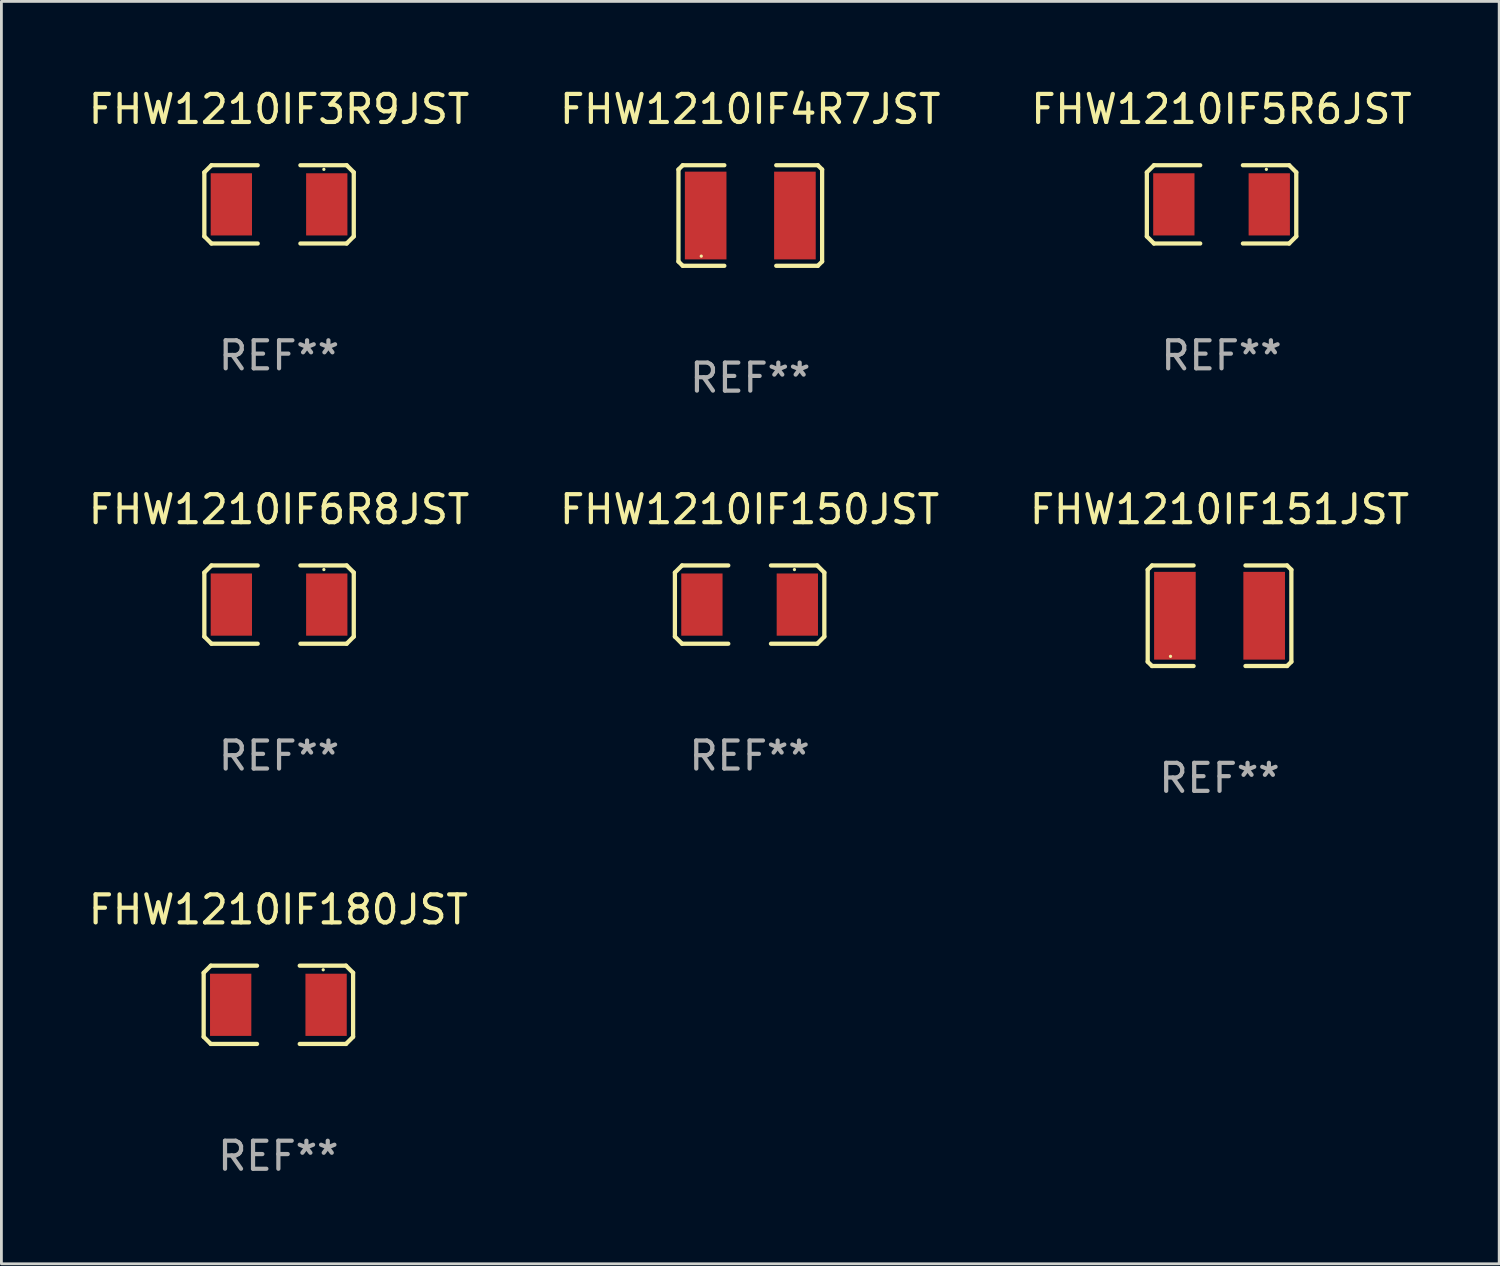
<source format=kicad_pcb>
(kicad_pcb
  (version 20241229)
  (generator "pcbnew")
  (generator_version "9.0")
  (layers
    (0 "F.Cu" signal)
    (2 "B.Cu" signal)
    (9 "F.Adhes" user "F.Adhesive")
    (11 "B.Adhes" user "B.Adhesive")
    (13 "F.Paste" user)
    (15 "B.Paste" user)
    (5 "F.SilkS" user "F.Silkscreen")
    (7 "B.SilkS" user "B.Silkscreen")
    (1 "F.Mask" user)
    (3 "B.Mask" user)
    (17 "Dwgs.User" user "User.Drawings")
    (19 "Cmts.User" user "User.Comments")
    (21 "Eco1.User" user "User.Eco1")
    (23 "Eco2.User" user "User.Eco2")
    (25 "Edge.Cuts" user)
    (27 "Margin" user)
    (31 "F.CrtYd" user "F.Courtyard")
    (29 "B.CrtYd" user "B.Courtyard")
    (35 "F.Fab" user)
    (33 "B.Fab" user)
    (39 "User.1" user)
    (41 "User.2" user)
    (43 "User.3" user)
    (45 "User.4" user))
  (footprint "FHW1210IF150JST"
    (layer "F.Cu")
    (at 23.708 18.531)
    (property "Reference" "FHW1210IF150JST" (at 0 -3.397 0) (layer "F.SilkS") (effects (font (size 1 1) (thickness 0.15))))
    (attr through_hole)
    (fp_line (start -2.667 -1.143) (end -2.413 -1.397) (stroke (width 0.152) (type solid)) (layer "F.SilkS"))
    (fp_line (start -2.667 1.143) (end -2.667 -1.143) (stroke (width 0.152) (type solid)) (layer "F.SilkS"))
    (fp_line (start -2.413 -1.397) (end -0.762 -1.397) (stroke (width 0.152) (type solid)) (layer "F.SilkS"))
    (fp_line (start -2.413 1.397) (end -2.667 1.143) (stroke (width 0.152) (type solid)) (layer "F.SilkS"))
    (fp_line (start -0.762 1.397) (end -2.413 1.397) (stroke (width 0.152) (type solid)) (layer "F.SilkS"))
    (fp_line (start 0.762 -1.397) (end 2.413 -1.397) (stroke (width 0.152) (type solid)) (layer "F.SilkS"))
    (fp_line (start 2.413 -1.397) (end 2.667 -1.143) (stroke (width 0.152) (type solid)) (layer "F.SilkS"))
    (fp_line (start 2.413 1.397) (end 0.762 1.397) (stroke (width 0.152) (type solid)) (layer "F.SilkS"))
    (fp_line (start 2.667 -1.143) (end 2.667 1.143) (stroke (width 0.152) (type solid)) (layer "F.SilkS"))
    (fp_line (start 2.667 1.143) (end 2.413 1.397) (stroke (width 0.152) (type solid)) (layer "F.SilkS"))
    (fp_circle (center 1.6 -1.25) (end 1.63 -1.25) (stroke (width 0.06) (type solid)) (fill no) (layer "F.SilkS"))
    (fp_text user "REF**" (at 0 5.397 0) (layer "F.Fab") (effects (font (size 1 1) (thickness 0.15))))
    (pad "1" smd rect (at 1.703 0) (size 1.474 2.22) (layers "F.Cu" "F.Mask" "F.Paste"))
    (pad "2" smd rect (at -1.703 0) (size 1.474 2.22) (layers "F.Cu" "F.Mask" "F.Paste")))
  (footprint "FHW1210IF5R6JST"
    (layer "F.Cu")
    (at 40.554 4.245)
    (property "Reference" "FHW1210IF5R6JST" (at 0 -3.397 0) (layer "F.SilkS") (effects (font (size 1 1) (thickness 0.15))))
    (attr through_hole)
    (fp_line (start -2.667 -1.143) (end -2.413 -1.397) (stroke (width 0.152) (type solid)) (layer "F.SilkS"))
    (fp_line (start -2.667 1.143) (end -2.667 -1.143) (stroke (width 0.152) (type solid)) (layer "F.SilkS"))
    (fp_line (start -2.413 -1.397) (end -0.762 -1.397) (stroke (width 0.152) (type solid)) (layer "F.SilkS"))
    (fp_line (start -2.413 1.397) (end -2.667 1.143) (stroke (width 0.152) (type solid)) (layer "F.SilkS"))
    (fp_line (start -0.762 1.397) (end -2.413 1.397) (stroke (width 0.152) (type solid)) (layer "F.SilkS"))
    (fp_line (start 0.762 -1.397) (end 2.413 -1.397) (stroke (width 0.152) (type solid)) (layer "F.SilkS"))
    (fp_line (start 2.413 -1.397) (end 2.667 -1.143) (stroke (width 0.152) (type solid)) (layer "F.SilkS"))
    (fp_line (start 2.413 1.397) (end 0.762 1.397) (stroke (width 0.152) (type solid)) (layer "F.SilkS"))
    (fp_line (start 2.667 -1.143) (end 2.667 1.143) (stroke (width 0.152) (type solid)) (layer "F.SilkS"))
    (fp_line (start 2.667 1.143) (end 2.413 1.397) (stroke (width 0.152) (type solid)) (layer "F.SilkS"))
    (fp_circle (center 1.6 -1.25) (end 1.63 -1.25) (stroke (width 0.06) (type solid)) (fill no) (layer "F.SilkS"))
    (fp_text user "REF**" (at 0 5.397 0) (layer "F.Fab") (effects (font (size 1 1) (thickness 0.15))))
    (pad "1" smd rect (at 1.703 0) (size 1.474 2.22) (layers "F.Cu" "F.Mask" "F.Paste"))
    (pad "2" smd rect (at -1.703 0) (size 1.474 2.22) (layers "F.Cu" "F.Mask" "F.Paste")))
  (footprint "FHW1210IF4R7JST"
    (layer "F.Cu")
    (at 23.732 4.643)
    (property "Reference" "FHW1210IF4R7JST" (at 0 -3.795 0) (layer "F.SilkS") (effects (font (size 1 1) (thickness 0.15))))
    (attr through_hole)
    (fp_line (start -2.564 -1.642) (end -2.564 1.642) (stroke (width 0.152) (type solid)) (layer "F.SilkS"))
    (fp_line (start -2.564 1.642) (end -2.411 1.795) (stroke (width 0.152) (type solid)) (layer "F.SilkS"))
    (fp_line (start -2.411 -1.795) (end -2.564 -1.642) (stroke (width 0.152) (type solid)) (layer "F.SilkS"))
    (fp_line (start -2.411 1.795) (end -0.926 1.795) (stroke (width 0.152) (type solid)) (layer "F.SilkS"))
    (fp_line (start -0.926 -1.795) (end -2.411 -1.795) (stroke (width 0.152) (type solid)) (layer "F.SilkS"))
    (fp_line (start 0.926 -1.795) (end 2.411 -1.795) (stroke (width 0.152) (type solid)) (layer "F.SilkS"))
    (fp_line (start 2.411 -1.795) (end 2.564 -1.642) (stroke (width 0.152) (type solid)) (layer "F.SilkS"))
    (fp_line (start 2.411 1.795) (end 0.926 1.795) (stroke (width 0.152) (type solid)) (layer "F.SilkS"))
    (fp_line (start 2.564 -1.642) (end 2.564 1.642) (stroke (width 0.152) (type solid)) (layer "F.SilkS"))
    (fp_line (start 2.564 1.642) (end 2.411 1.795) (stroke (width 0.152) (type solid)) (layer "F.SilkS"))
    (fp_circle (center -1.75 1.45) (end -1.72 1.45) (stroke (width 0.06) (type solid)) (fill no) (layer "F.SilkS"))
    (fp_text user "REF**" (at 0 5.795 0) (layer "F.Fab") (effects (font (size 1 1) (thickness 0.15))))
    (pad "1" smd rect (at -1.593 0.000076) (size 1.485 3.132) (layers "F.Cu" "F.Mask" "F.Paste"))
    (pad "2" smd rect (at 1.593 0.000076) (size 1.485 3.132) (layers "F.Cu" "F.Mask" "F.Paste")))
  (footprint "FHW1210IF180JST"
    (layer "F.Cu")
    (at 6.887 32.817)
    (property "Reference" "FHW1210IF180JST" (at 0 -3.397 0) (layer "F.SilkS") (effects (font (size 1 1) (thickness 0.15))))
    (attr through_hole)
    (fp_line (start -2.667 -1.143) (end -2.413 -1.397) (stroke (width 0.152) (type solid)) (layer "F.SilkS"))
    (fp_line (start -2.667 1.143) (end -2.667 -1.143) (stroke (width 0.152) (type solid)) (layer "F.SilkS"))
    (fp_line (start -2.413 -1.397) (end -0.762 -1.397) (stroke (width 0.152) (type solid)) (layer "F.SilkS"))
    (fp_line (start -2.413 1.397) (end -2.667 1.143) (stroke (width 0.152) (type solid)) (layer "F.SilkS"))
    (fp_line (start -0.762 1.397) (end -2.413 1.397) (stroke (width 0.152) (type solid)) (layer "F.SilkS"))
    (fp_line (start 0.762 -1.397) (end 2.413 -1.397) (stroke (width 0.152) (type solid)) (layer "F.SilkS"))
    (fp_line (start 2.413 -1.397) (end 2.667 -1.143) (stroke (width 0.152) (type solid)) (layer "F.SilkS"))
    (fp_line (start 2.413 1.397) (end 0.762 1.397) (stroke (width 0.152) (type solid)) (layer "F.SilkS"))
    (fp_line (start 2.667 -1.143) (end 2.667 1.143) (stroke (width 0.152) (type solid)) (layer "F.SilkS"))
    (fp_line (start 2.667 1.143) (end 2.413 1.397) (stroke (width 0.152) (type solid)) (layer "F.SilkS"))
    (fp_circle (center 1.6 -1.25) (end 1.63 -1.25) (stroke (width 0.06) (type solid)) (fill no) (layer "F.SilkS"))
    (fp_text user "REF**" (at 0 5.397 0) (layer "F.Fab") (effects (font (size 1 1) (thickness 0.15))))
    (pad "1" smd rect (at 1.703 0) (size 1.474 2.22) (layers "F.Cu" "F.Mask" "F.Paste"))
    (pad "2" smd rect (at -1.703 0) (size 1.474 2.22) (layers "F.Cu" "F.Mask" "F.Paste")))
  (footprint "FHW1210IF151JST"
    (layer "F.Cu")
    (at 40.482 18.929)
    (property "Reference" "FHW1210IF151JST" (at 0 -3.795 0) (layer "F.SilkS") (effects (font (size 1 1) (thickness 0.15))))
    (attr through_hole)
    (fp_line (start -2.564 -1.642) (end -2.564 1.642) (stroke (width 0.152) (type solid)) (layer "F.SilkS"))
    (fp_line (start -2.564 1.642) (end -2.411 1.795) (stroke (width 0.152) (type solid)) (layer "F.SilkS"))
    (fp_line (start -2.411 -1.795) (end -2.564 -1.642) (stroke (width 0.152) (type solid)) (layer "F.SilkS"))
    (fp_line (start -2.411 1.795) (end -0.926 1.795) (stroke (width 0.152) (type solid)) (layer "F.SilkS"))
    (fp_line (start -0.926 -1.795) (end -2.411 -1.795) (stroke (width 0.152) (type solid)) (layer "F.SilkS"))
    (fp_line (start 0.926 -1.795) (end 2.411 -1.795) (stroke (width 0.152) (type solid)) (layer "F.SilkS"))
    (fp_line (start 2.411 -1.795) (end 2.564 -1.642) (stroke (width 0.152) (type solid)) (layer "F.SilkS"))
    (fp_line (start 2.411 1.795) (end 0.926 1.795) (stroke (width 0.152) (type solid)) (layer "F.SilkS"))
    (fp_line (start 2.564 -1.642) (end 2.564 1.642) (stroke (width 0.152) (type solid)) (layer "F.SilkS"))
    (fp_line (start 2.564 1.642) (end 2.411 1.795) (stroke (width 0.152) (type solid)) (layer "F.SilkS"))
    (fp_circle (center -1.75 1.45) (end -1.72 1.45) (stroke (width 0.06) (type solid)) (fill no) (layer "F.SilkS"))
    (fp_text user "REF**" (at 0 5.795 0) (layer "F.Fab") (effects (font (size 1 1) (thickness 0.15))))
    (pad "1" smd rect (at -1.593 0.000076) (size 1.485 3.132) (layers "F.Cu" "F.Mask" "F.Paste"))
    (pad "2" smd rect (at 1.593 0.000076) (size 1.485 3.132) (layers "F.Cu" "F.Mask" "F.Paste")))
  (footprint "FHW1210IF3R9JST"
    (layer "F.Cu")
    (at 6.911 4.245)
    (property "Reference" "FHW1210IF3R9JST" (at 0 -3.397 0) (layer "F.SilkS") (effects (font (size 1 1) (thickness 0.15))))
    (attr through_hole)
    (fp_line (start -2.667 -1.143) (end -2.413 -1.397) (stroke (width 0.152) (type solid)) (layer "F.SilkS"))
    (fp_line (start -2.667 1.143) (end -2.667 -1.143) (stroke (width 0.152) (type solid)) (layer "F.SilkS"))
    (fp_line (start -2.413 -1.397) (end -0.762 -1.397) (stroke (width 0.152) (type solid)) (layer "F.SilkS"))
    (fp_line (start -2.413 1.397) (end -2.667 1.143) (stroke (width 0.152) (type solid)) (layer "F.SilkS"))
    (fp_line (start -0.762 1.397) (end -2.413 1.397) (stroke (width 0.152) (type solid)) (layer "F.SilkS"))
    (fp_line (start 0.762 -1.397) (end 2.413 -1.397) (stroke (width 0.152) (type solid)) (layer "F.SilkS"))
    (fp_line (start 2.413 -1.397) (end 2.667 -1.143) (stroke (width 0.152) (type solid)) (layer "F.SilkS"))
    (fp_line (start 2.413 1.397) (end 0.762 1.397) (stroke (width 0.152) (type solid)) (layer "F.SilkS"))
    (fp_line (start 2.667 -1.143) (end 2.667 1.143) (stroke (width 0.152) (type solid)) (layer "F.SilkS"))
    (fp_line (start 2.667 1.143) (end 2.413 1.397) (stroke (width 0.152) (type solid)) (layer "F.SilkS"))
    (fp_circle (center 1.6 -1.25) (end 1.63 -1.25) (stroke (width 0.06) (type solid)) (fill no) (layer "F.SilkS"))
    (fp_text user "REF**" (at 0 5.397 0) (layer "F.Fab") (effects (font (size 1 1) (thickness 0.15))))
    (pad "1" smd rect (at 1.703 0) (size 1.474 2.22) (layers "F.Cu" "F.Mask" "F.Paste"))
    (pad "2" smd rect (at -1.703 0) (size 1.474 2.22) (layers "F.Cu" "F.Mask" "F.Paste")))
  (footprint "FHW1210IF6R8JST"
    (layer "F.Cu")
    (at 6.911 18.531)
    (property "Reference" "FHW1210IF6R8JST" (at 0 -3.397 0) (layer "F.SilkS") (effects (font (size 1 1) (thickness 0.15))))
    (attr through_hole)
    (fp_line (start -2.667 -1.143) (end -2.413 -1.397) (stroke (width 0.152) (type solid)) (layer "F.SilkS"))
    (fp_line (start -2.667 1.143) (end -2.667 -1.143) (stroke (width 0.152) (type solid)) (layer "F.SilkS"))
    (fp_line (start -2.413 -1.397) (end -0.762 -1.397) (stroke (width 0.152) (type solid)) (layer "F.SilkS"))
    (fp_line (start -2.413 1.397) (end -2.667 1.143) (stroke (width 0.152) (type solid)) (layer "F.SilkS"))
    (fp_line (start -0.762 1.397) (end -2.413 1.397) (stroke (width 0.152) (type solid)) (layer "F.SilkS"))
    (fp_line (start 0.762 -1.397) (end 2.413 -1.397) (stroke (width 0.152) (type solid)) (layer "F.SilkS"))
    (fp_line (start 2.413 -1.397) (end 2.667 -1.143) (stroke (width 0.152) (type solid)) (layer "F.SilkS"))
    (fp_line (start 2.413 1.397) (end 0.762 1.397) (stroke (width 0.152) (type solid)) (layer "F.SilkS"))
    (fp_line (start 2.667 -1.143) (end 2.667 1.143) (stroke (width 0.152) (type solid)) (layer "F.SilkS"))
    (fp_line (start 2.667 1.143) (end 2.413 1.397) (stroke (width 0.152) (type solid)) (layer "F.SilkS"))
    (fp_circle (center 1.6 -1.25) (end 1.63 -1.25) (stroke (width 0.06) (type solid)) (fill no) (layer "F.SilkS"))
    (fp_text user "REF**" (at 0 5.397 0) (layer "F.Fab") (effects (font (size 1 1) (thickness 0.15))))
    (pad "1" smd rect (at 1.703 0) (size 1.474 2.22) (layers "F.Cu" "F.Mask" "F.Paste"))
    (pad "2" smd rect (at -1.703 0) (size 1.474 2.22) (layers "F.Cu" "F.Mask" "F.Paste")))
  (gr_rect
    (start -3 -3)
    (end 50.464 42.062)
    (stroke (width 0.1) (type default))
    (fill no)
    (layer "Edge.Cuts")))
</source>
